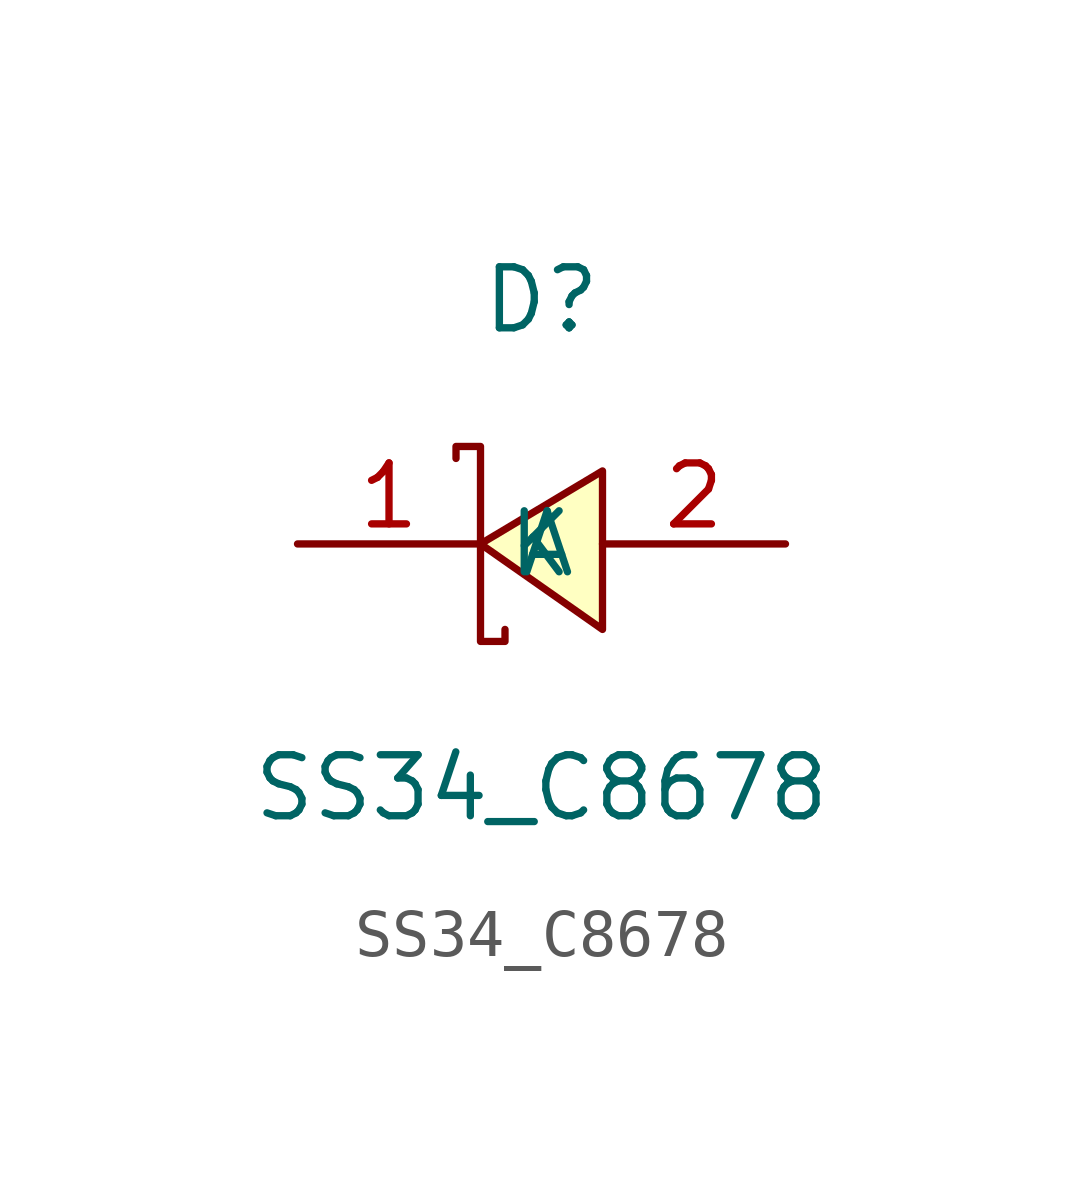
<source format=kicad_sym>
(kicad_symbol_lib
  (version 1)
  (generator "faebryk")
  (symbol "SS34_C8678"
    (property "Reference" "D"
      (at 0 5.08 0)
      (effects (font (size 1.27 1.27)) (hide no)))
    (property "Value" "SS34_C8678"
      (at 0 -5.08 0)
      (effects (font (size 1.27 1.27)) (hide no)))
    (symbol "SS34_C8678_0_1"
      (polyline (stroke (width 0) (type default) (color 0 0 0 0)) (fill (type background)) (pts (xy 1.27 1.52) (xy -1.27 0) (xy 1.27 -1.78) (xy 1.27 1.52)))
      (polyline (stroke (width 0) (type default) (color 0 0 0 0)) (fill (type none)) (pts (xy -1.27 0) (xy -1.27 -2.03) (xy -0.76 -2.03) (xy -0.76 -1.78)))
      (polyline (stroke (width 0) (type default) (color 0 0 0 0)) (fill (type none)) (pts (xy -1.27 0) (xy -1.27 2.03) (xy -1.78 2.03) (xy -1.78 1.78)))
      (pin unspecified line (at 5.08 0 180) (length 3.81) (name "A" (effects (font (size 1.27 1.27)) (hide no))) (number "2" (effects (font (size 1.27 1.27)) (hide no))))
      (pin unspecified line (at -5.08 0 0) (length 3.81) (name "K" (effects (font (size 1.27 1.27)) (hide no))) (number "1" (effects (font (size 1.27 1.27)) (hide no)))))))
</source>
